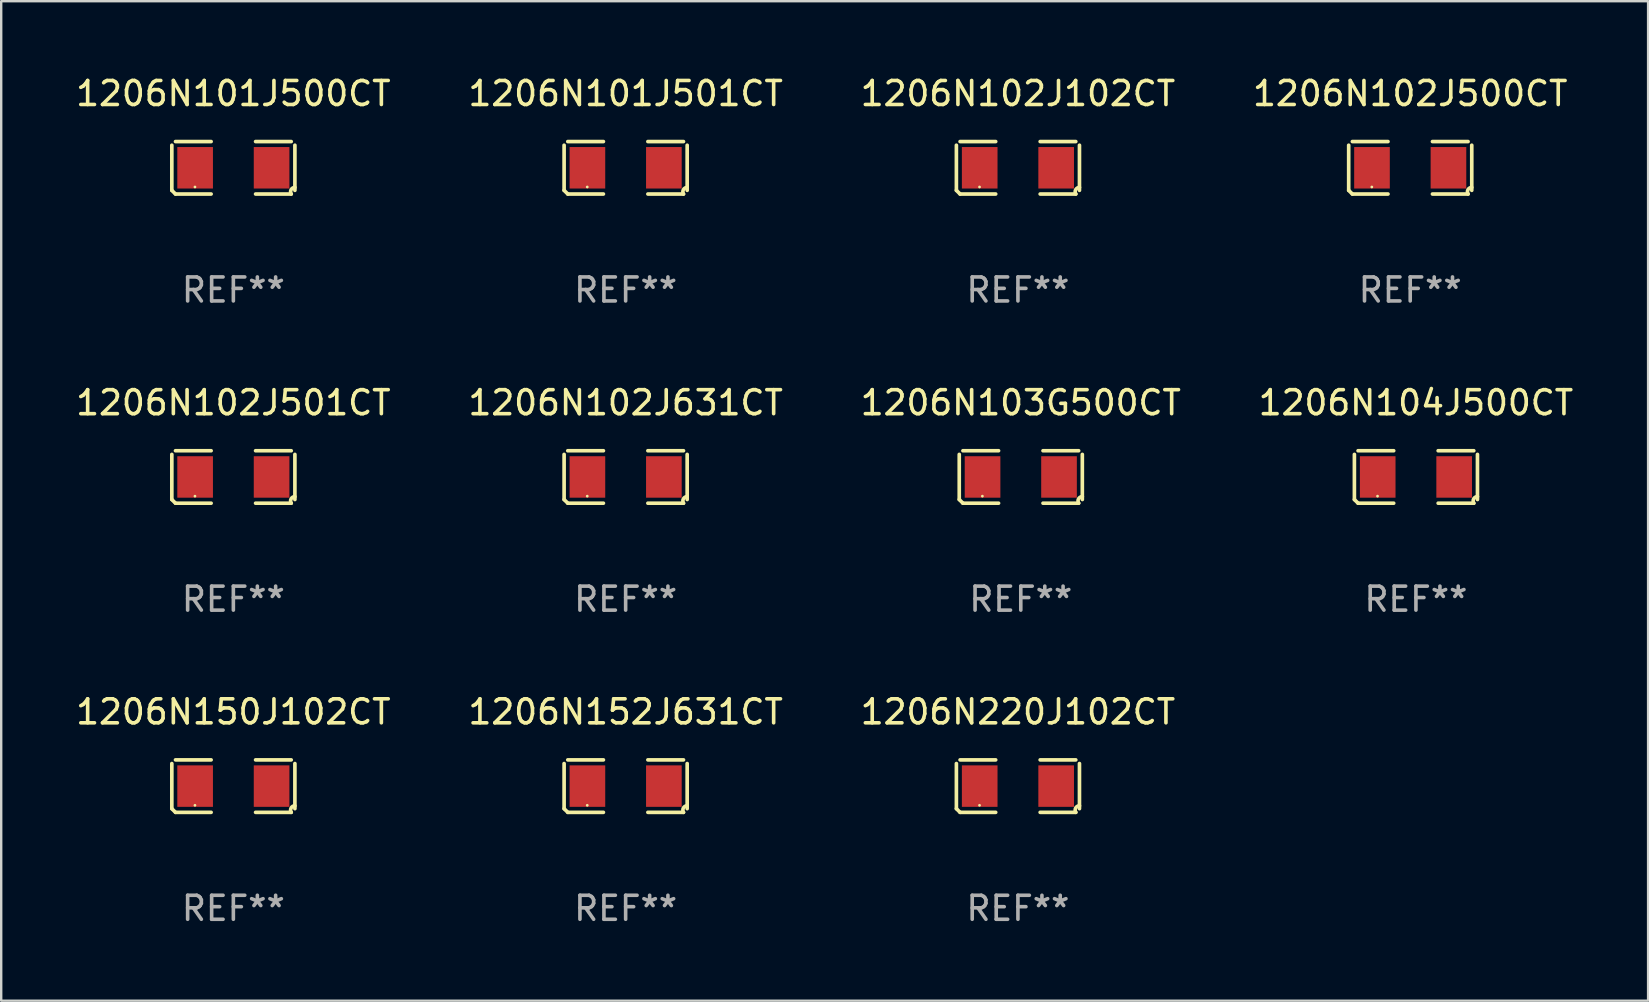
<source format=kicad_pcb>
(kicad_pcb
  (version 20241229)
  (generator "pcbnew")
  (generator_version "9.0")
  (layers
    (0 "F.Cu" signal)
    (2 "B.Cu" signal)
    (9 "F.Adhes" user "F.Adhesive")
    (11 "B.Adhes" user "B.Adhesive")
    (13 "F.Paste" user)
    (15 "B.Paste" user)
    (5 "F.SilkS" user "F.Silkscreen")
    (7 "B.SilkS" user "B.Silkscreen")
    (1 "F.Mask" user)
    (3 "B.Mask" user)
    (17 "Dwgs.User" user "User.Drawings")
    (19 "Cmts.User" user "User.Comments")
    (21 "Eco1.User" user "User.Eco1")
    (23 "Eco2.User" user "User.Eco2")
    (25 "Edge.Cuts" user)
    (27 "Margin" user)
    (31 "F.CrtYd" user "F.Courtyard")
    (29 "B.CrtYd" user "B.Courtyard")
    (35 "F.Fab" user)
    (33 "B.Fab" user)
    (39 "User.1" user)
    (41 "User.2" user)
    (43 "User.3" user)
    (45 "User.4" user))
  (footprint "1206N102J500CT"
    (layer "F.Cu")
    (at 55.708 3.941)
    (property "Reference" "1206N102J500CT" (at 0 -3.093 0) (layer "F.SilkS") (effects (font (size 1 1) (thickness 0.15))))
    (attr through_hole)
    (fp_line (start -2.564 0.94) (end -2.564 -0.94) (stroke (width 0.152) (type solid)) (layer "F.SilkS"))
    (fp_line (start -2.411 -1.093) (end -0.926 -1.093) (stroke (width 0.152) (type solid)) (layer "F.SilkS"))
    (fp_line (start -0.926 1.093) (end -2.411 1.093) (stroke (width 0.152) (type solid)) (layer "F.SilkS"))
    (fp_line (start 0.926 1.093) (end 2.411 1.093) (stroke (width 0.152) (type solid)) (layer "F.SilkS"))
    (fp_line (start 2.411 -1.093) (end 0.926 -1.093) (stroke (width 0.152) (type solid)) (layer "F.SilkS"))
    (fp_line (start 2.564 0.94) (end 2.564 -0.94) (stroke (width 0.152) (type solid)) (layer "F.SilkS"))
    (fp_arc (start -2.411201 1.092609) (mid -2.487413 1.01642) (end -2.563602 0.940208) (stroke (width 0.1524) (type solid)) (layer "F.SilkS"))
    (fp_arc (start 2.411201 1.092609) (mid 2.407159 0.911226) (end 2.563602 0.819347) (stroke (width 0.1524) (type solid)) (layer "F.SilkS"))
    (fp_circle (center -1.6 0.8) (end -1.57 0.8) (stroke (width 0.06) (type solid)) (fill no) (layer "F.SilkS"))
    (fp_text user "REF**" (at 0 5.093 0) (layer "F.Fab") (effects (font (size 1 1) (thickness 0.15))))
    (pad "1" smd rect (at -1.593 0) (size 1.485 1.728) (layers "F.Cu" "F.Mask" "F.Paste"))
    (pad "2" smd rect (at 1.593 0) (size 1.485 1.728) (layers "F.Cu" "F.Mask" "F.Paste")))
  (footprint "1206N101J501CT"
    (layer "F.Cu")
    (at 23.018 3.941)
    (property "Reference" "1206N101J501CT" (at 0 -3.093 0) (layer "F.SilkS") (effects (font (size 1 1) (thickness 0.15))))
    (attr through_hole)
    (fp_line (start -2.564 0.94) (end -2.564 -0.94) (stroke (width 0.152) (type solid)) (layer "F.SilkS"))
    (fp_line (start -2.411 -1.093) (end -0.926 -1.093) (stroke (width 0.152) (type solid)) (layer "F.SilkS"))
    (fp_line (start -0.926 1.093) (end -2.411 1.093) (stroke (width 0.152) (type solid)) (layer "F.SilkS"))
    (fp_line (start 0.926 1.093) (end 2.411 1.093) (stroke (width 0.152) (type solid)) (layer "F.SilkS"))
    (fp_line (start 2.411 -1.093) (end 0.926 -1.093) (stroke (width 0.152) (type solid)) (layer "F.SilkS"))
    (fp_line (start 2.564 0.94) (end 2.564 -0.94) (stroke (width 0.152) (type solid)) (layer "F.SilkS"))
    (fp_arc (start -2.411201 1.092609) (mid -2.487413 1.01642) (end -2.563602 0.940208) (stroke (width 0.1524) (type solid)) (layer "F.SilkS"))
    (fp_arc (start 2.411201 1.092609) (mid 2.407159 0.911226) (end 2.563602 0.819347) (stroke (width 0.1524) (type solid)) (layer "F.SilkS"))
    (fp_circle (center -1.6 0.8) (end -1.57 0.8) (stroke (width 0.06) (type solid)) (fill no) (layer "F.SilkS"))
    (fp_text user "REF**" (at 0 5.093 0) (layer "F.Fab") (effects (font (size 1 1) (thickness 0.15))))
    (pad "1" smd rect (at -1.593 0) (size 1.485 1.728) (layers "F.Cu" "F.Mask" "F.Paste"))
    (pad "2" smd rect (at 1.593 0) (size 1.485 1.728) (layers "F.Cu" "F.Mask" "F.Paste")))
  (footprint "1206N220J102CT"
    (layer "F.Cu")
    (at 39.363 29.704)
    (property "Reference" "1206N220J102CT" (at 0 -3.093 0) (layer "F.SilkS") (effects (font (size 1 1) (thickness 0.15))))
    (attr through_hole)
    (fp_line (start -2.564 0.94) (end -2.564 -0.94) (stroke (width 0.152) (type solid)) (layer "F.SilkS"))
    (fp_line (start -2.411 -1.093) (end -0.926 -1.093) (stroke (width 0.152) (type solid)) (layer "F.SilkS"))
    (fp_line (start -0.926 1.093) (end -2.411 1.093) (stroke (width 0.152) (type solid)) (layer "F.SilkS"))
    (fp_line (start 0.926 1.093) (end 2.411 1.093) (stroke (width 0.152) (type solid)) (layer "F.SilkS"))
    (fp_line (start 2.411 -1.093) (end 0.926 -1.093) (stroke (width 0.152) (type solid)) (layer "F.SilkS"))
    (fp_line (start 2.564 0.94) (end 2.564 -0.94) (stroke (width 0.152) (type solid)) (layer "F.SilkS"))
    (fp_arc (start -2.411201 1.092609) (mid -2.487413 1.01642) (end -2.563602 0.940208) (stroke (width 0.1524) (type solid)) (layer "F.SilkS"))
    (fp_arc (start 2.411201 1.092609) (mid 2.407159 0.911226) (end 2.563602 0.819347) (stroke (width 0.1524) (type solid)) (layer "F.SilkS"))
    (fp_circle (center -1.6 0.8) (end -1.57 0.8) (stroke (width 0.06) (type solid)) (fill no) (layer "F.SilkS"))
    (fp_text user "REF**" (at 0 5.093 0) (layer "F.Fab") (effects (font (size 1 1) (thickness 0.15))))
    (pad "1" smd rect (at -1.593 0) (size 1.485 1.728) (layers "F.Cu" "F.Mask" "F.Paste"))
    (pad "2" smd rect (at 1.593 0) (size 1.485 1.728) (layers "F.Cu" "F.Mask" "F.Paste")))
  (footprint "1206N102J631CT"
    (layer "F.Cu")
    (at 23.018 16.823)
    (property "Reference" "1206N102J631CT" (at 0 -3.093 0) (layer "F.SilkS") (effects (font (size 1 1) (thickness 0.15))))
    (attr through_hole)
    (fp_line (start -2.564 0.94) (end -2.564 -0.94) (stroke (width 0.152) (type solid)) (layer "F.SilkS"))
    (fp_line (start -2.411 -1.093) (end -0.926 -1.093) (stroke (width 0.152) (type solid)) (layer "F.SilkS"))
    (fp_line (start -0.926 1.093) (end -2.411 1.093) (stroke (width 0.152) (type solid)) (layer "F.SilkS"))
    (fp_line (start 0.926 1.093) (end 2.411 1.093) (stroke (width 0.152) (type solid)) (layer "F.SilkS"))
    (fp_line (start 2.411 -1.093) (end 0.926 -1.093) (stroke (width 0.152) (type solid)) (layer "F.SilkS"))
    (fp_line (start 2.564 0.94) (end 2.564 -0.94) (stroke (width 0.152) (type solid)) (layer "F.SilkS"))
    (fp_arc (start -2.411201 1.092609) (mid -2.487413 1.01642) (end -2.563602 0.940208) (stroke (width 0.1524) (type solid)) (layer "F.SilkS"))
    (fp_arc (start 2.411201 1.092609) (mid 2.407159 0.911226) (end 2.563602 0.819347) (stroke (width 0.1524) (type solid)) (layer "F.SilkS"))
    (fp_circle (center -1.6 0.8) (end -1.57 0.8) (stroke (width 0.06) (type solid)) (fill no) (layer "F.SilkS"))
    (fp_text user "REF**" (at 0 5.093 0) (layer "F.Fab") (effects (font (size 1 1) (thickness 0.15))))
    (pad "1" smd rect (at -1.593 0) (size 1.485 1.728) (layers "F.Cu" "F.Mask" "F.Paste"))
    (pad "2" smd rect (at 1.593 0) (size 1.485 1.728) (layers "F.Cu" "F.Mask" "F.Paste")))
  (footprint "1206N150J102CT"
    (layer "F.Cu")
    (at 6.673 29.704)
    (property "Reference" "1206N150J102CT" (at 0 -3.093 0) (layer "F.SilkS") (effects (font (size 1 1) (thickness 0.15))))
    (attr through_hole)
    (fp_line (start -2.564 0.94) (end -2.564 -0.94) (stroke (width 0.152) (type solid)) (layer "F.SilkS"))
    (fp_line (start -2.411 -1.093) (end -0.926 -1.093) (stroke (width 0.152) (type solid)) (layer "F.SilkS"))
    (fp_line (start -0.926 1.093) (end -2.411 1.093) (stroke (width 0.152) (type solid)) (layer "F.SilkS"))
    (fp_line (start 0.926 1.093) (end 2.411 1.093) (stroke (width 0.152) (type solid)) (layer "F.SilkS"))
    (fp_line (start 2.411 -1.093) (end 0.926 -1.093) (stroke (width 0.152) (type solid)) (layer "F.SilkS"))
    (fp_line (start 2.564 0.94) (end 2.564 -0.94) (stroke (width 0.152) (type solid)) (layer "F.SilkS"))
    (fp_arc (start -2.411201 1.092609) (mid -2.487413 1.01642) (end -2.563602 0.940208) (stroke (width 0.1524) (type solid)) (layer "F.SilkS"))
    (fp_arc (start 2.411201 1.092609) (mid 2.407159 0.911226) (end 2.563602 0.819347) (stroke (width 0.1524) (type solid)) (layer "F.SilkS"))
    (fp_circle (center -1.6 0.8) (end -1.57 0.8) (stroke (width 0.06) (type solid)) (fill no) (layer "F.SilkS"))
    (fp_text user "REF**" (at 0 5.093 0) (layer "F.Fab") (effects (font (size 1 1) (thickness 0.15))))
    (pad "1" smd rect (at -1.593 0) (size 1.485 1.728) (layers "F.Cu" "F.Mask" "F.Paste"))
    (pad "2" smd rect (at 1.593 0) (size 1.485 1.728) (layers "F.Cu" "F.Mask" "F.Paste")))
  (footprint "1206N102J501CT"
    (layer "F.Cu")
    (at 6.673 16.823)
    (property "Reference" "1206N102J501CT" (at 0 -3.093 0) (layer "F.SilkS") (effects (font (size 1 1) (thickness 0.15))))
    (attr through_hole)
    (fp_line (start -2.564 0.94) (end -2.564 -0.94) (stroke (width 0.152) (type solid)) (layer "F.SilkS"))
    (fp_line (start -2.411 -1.093) (end -0.926 -1.093) (stroke (width 0.152) (type solid)) (layer "F.SilkS"))
    (fp_line (start -0.926 1.093) (end -2.411 1.093) (stroke (width 0.152) (type solid)) (layer "F.SilkS"))
    (fp_line (start 0.926 1.093) (end 2.411 1.093) (stroke (width 0.152) (type solid)) (layer "F.SilkS"))
    (fp_line (start 2.411 -1.093) (end 0.926 -1.093) (stroke (width 0.152) (type solid)) (layer "F.SilkS"))
    (fp_line (start 2.564 0.94) (end 2.564 -0.94) (stroke (width 0.152) (type solid)) (layer "F.SilkS"))
    (fp_arc (start -2.411201 1.092609) (mid -2.487413 1.01642) (end -2.563602 0.940208) (stroke (width 0.1524) (type solid)) (layer "F.SilkS"))
    (fp_arc (start 2.411201 1.092609) (mid 2.407159 0.911226) (end 2.563602 0.819347) (stroke (width 0.1524) (type solid)) (layer "F.SilkS"))
    (fp_circle (center -1.6 0.8) (end -1.57 0.8) (stroke (width 0.06) (type solid)) (fill no) (layer "F.SilkS"))
    (fp_text user "REF**" (at 0 5.093 0) (layer "F.Fab") (effects (font (size 1 1) (thickness 0.15))))
    (pad "1" smd rect (at -1.593 0) (size 1.485 1.728) (layers "F.Cu" "F.Mask" "F.Paste"))
    (pad "2" smd rect (at 1.593 0) (size 1.485 1.728) (layers "F.Cu" "F.Mask" "F.Paste")))
  (footprint "1206N101J500CT"
    (layer "F.Cu")
    (at 6.673 3.941)
    (property "Reference" "1206N101J500CT" (at 0 -3.093 0) (layer "F.SilkS") (effects (font (size 1 1) (thickness 0.15))))
    (attr through_hole)
    (fp_line (start -2.564 0.94) (end -2.564 -0.94) (stroke (width 0.152) (type solid)) (layer "F.SilkS"))
    (fp_line (start -2.411 -1.093) (end -0.926 -1.093) (stroke (width 0.152) (type solid)) (layer "F.SilkS"))
    (fp_line (start -0.926 1.093) (end -2.411 1.093) (stroke (width 0.152) (type solid)) (layer "F.SilkS"))
    (fp_line (start 0.926 1.093) (end 2.411 1.093) (stroke (width 0.152) (type solid)) (layer "F.SilkS"))
    (fp_line (start 2.411 -1.093) (end 0.926 -1.093) (stroke (width 0.152) (type solid)) (layer "F.SilkS"))
    (fp_line (start 2.564 0.94) (end 2.564 -0.94) (stroke (width 0.152) (type solid)) (layer "F.SilkS"))
    (fp_arc (start -2.411201 1.092609) (mid -2.487413 1.01642) (end -2.563602 0.940208) (stroke (width 0.1524) (type solid)) (layer "F.SilkS"))
    (fp_arc (start 2.411201 1.092609) (mid 2.407159 0.911226) (end 2.563602 0.819347) (stroke (width 0.1524) (type solid)) (layer "F.SilkS"))
    (fp_circle (center -1.6 0.8) (end -1.57 0.8) (stroke (width 0.06) (type solid)) (fill no) (layer "F.SilkS"))
    (fp_text user "REF**" (at 0 5.093 0) (layer "F.Fab") (effects (font (size 1 1) (thickness 0.15))))
    (pad "1" smd rect (at -1.593 0) (size 1.485 1.728) (layers "F.Cu" "F.Mask" "F.Paste"))
    (pad "2" smd rect (at 1.593 0) (size 1.485 1.728) (layers "F.Cu" "F.Mask" "F.Paste")))
  (footprint "1206N103G500CT"
    (layer "F.Cu")
    (at 39.482 16.823)
    (property "Reference" "1206N103G500CT" (at 0 -3.093 0) (layer "F.SilkS") (effects (font (size 1 1) (thickness 0.15))))
    (attr through_hole)
    (fp_line (start -2.564 0.94) (end -2.564 -0.94) (stroke (width 0.152) (type solid)) (layer "F.SilkS"))
    (fp_line (start -2.411 -1.093) (end -0.926 -1.093) (stroke (width 0.152) (type solid)) (layer "F.SilkS"))
    (fp_line (start -0.926 1.093) (end -2.411 1.093) (stroke (width 0.152) (type solid)) (layer "F.SilkS"))
    (fp_line (start 0.926 1.093) (end 2.411 1.093) (stroke (width 0.152) (type solid)) (layer "F.SilkS"))
    (fp_line (start 2.411 -1.093) (end 0.926 -1.093) (stroke (width 0.152) (type solid)) (layer "F.SilkS"))
    (fp_line (start 2.564 0.94) (end 2.564 -0.94) (stroke (width 0.152) (type solid)) (layer "F.SilkS"))
    (fp_arc (start -2.411201 1.092609) (mid -2.487413 1.01642) (end -2.563602 0.940208) (stroke (width 0.1524) (type solid)) (layer "F.SilkS"))
    (fp_arc (start 2.411201 1.092609) (mid 2.407159 0.911226) (end 2.563602 0.819347) (stroke (width 0.1524) (type solid)) (layer "F.SilkS"))
    (fp_circle (center -1.6 0.8) (end -1.57 0.8) (stroke (width 0.06) (type solid)) (fill no) (layer "F.SilkS"))
    (fp_text user "REF**" (at 0 5.093 0) (layer "F.Fab") (effects (font (size 1 1) (thickness 0.15))))
    (pad "1" smd rect (at -1.593 0) (size 1.485 1.728) (layers "F.Cu" "F.Mask" "F.Paste"))
    (pad "2" smd rect (at 1.593 0) (size 1.485 1.728) (layers "F.Cu" "F.Mask" "F.Paste")))
  (footprint "1206N152J631CT"
    (layer "F.Cu")
    (at 23.018 29.704)
    (property "Reference" "1206N152J631CT" (at 0 -3.093 0) (layer "F.SilkS") (effects (font (size 1 1) (thickness 0.15))))
    (attr through_hole)
    (fp_line (start -2.564 0.94) (end -2.564 -0.94) (stroke (width 0.152) (type solid)) (layer "F.SilkS"))
    (fp_line (start -2.411 -1.093) (end -0.926 -1.093) (stroke (width 0.152) (type solid)) (layer "F.SilkS"))
    (fp_line (start -0.926 1.093) (end -2.411 1.093) (stroke (width 0.152) (type solid)) (layer "F.SilkS"))
    (fp_line (start 0.926 1.093) (end 2.411 1.093) (stroke (width 0.152) (type solid)) (layer "F.SilkS"))
    (fp_line (start 2.411 -1.093) (end 0.926 -1.093) (stroke (width 0.152) (type solid)) (layer "F.SilkS"))
    (fp_line (start 2.564 0.94) (end 2.564 -0.94) (stroke (width 0.152) (type solid)) (layer "F.SilkS"))
    (fp_arc (start -2.411201 1.092609) (mid -2.487413 1.01642) (end -2.563602 0.940208) (stroke (width 0.1524) (type solid)) (layer "F.SilkS"))
    (fp_arc (start 2.411201 1.092609) (mid 2.407159 0.911226) (end 2.563602 0.819347) (stroke (width 0.1524) (type solid)) (layer "F.SilkS"))
    (fp_circle (center -1.6 0.8) (end -1.57 0.8) (stroke (width 0.06) (type solid)) (fill no) (layer "F.SilkS"))
    (fp_text user "REF**" (at 0 5.093 0) (layer "F.Fab") (effects (font (size 1 1) (thickness 0.15))))
    (pad "1" smd rect (at -1.593 0) (size 1.485 1.728) (layers "F.Cu" "F.Mask" "F.Paste"))
    (pad "2" smd rect (at 1.593 0) (size 1.485 1.728) (layers "F.Cu" "F.Mask" "F.Paste")))
  (footprint "1206N102J102CT"
    (layer "F.Cu")
    (at 39.363 3.941)
    (property "Reference" "1206N102J102CT" (at 0 -3.093 0) (layer "F.SilkS") (effects (font (size 1 1) (thickness 0.15))))
    (attr through_hole)
    (fp_line (start -2.564 0.94) (end -2.564 -0.94) (stroke (width 0.152) (type solid)) (layer "F.SilkS"))
    (fp_line (start -2.411 -1.093) (end -0.926 -1.093) (stroke (width 0.152) (type solid)) (layer "F.SilkS"))
    (fp_line (start -0.926 1.093) (end -2.411 1.093) (stroke (width 0.152) (type solid)) (layer "F.SilkS"))
    (fp_line (start 0.926 1.093) (end 2.411 1.093) (stroke (width 0.152) (type solid)) (layer "F.SilkS"))
    (fp_line (start 2.411 -1.093) (end 0.926 -1.093) (stroke (width 0.152) (type solid)) (layer "F.SilkS"))
    (fp_line (start 2.564 0.94) (end 2.564 -0.94) (stroke (width 0.152) (type solid)) (layer "F.SilkS"))
    (fp_arc (start -2.411201 1.092609) (mid -2.487413 1.01642) (end -2.563602 0.940208) (stroke (width 0.1524) (type solid)) (layer "F.SilkS"))
    (fp_arc (start 2.411201 1.092609) (mid 2.407159 0.911226) (end 2.563602 0.819347) (stroke (width 0.1524) (type solid)) (layer "F.SilkS"))
    (fp_circle (center -1.6 0.8) (end -1.57 0.8) (stroke (width 0.06) (type solid)) (fill no) (layer "F.SilkS"))
    (fp_text user "REF**" (at 0 5.093 0) (layer "F.Fab") (effects (font (size 1 1) (thickness 0.15))))
    (pad "1" smd rect (at -1.593 0) (size 1.485 1.728) (layers "F.Cu" "F.Mask" "F.Paste"))
    (pad "2" smd rect (at 1.593 0) (size 1.485 1.728) (layers "F.Cu" "F.Mask" "F.Paste")))
  (footprint "1206N104J500CT"
    (layer "F.Cu")
    (at 55.946 16.823)
    (property "Reference" "1206N104J500CT" (at 0 -3.093 0) (layer "F.SilkS") (effects (font (size 1 1) (thickness 0.15))))
    (attr through_hole)
    (fp_line (start -2.564 0.94) (end -2.564 -0.94) (stroke (width 0.152) (type solid)) (layer "F.SilkS"))
    (fp_line (start -2.411 -1.093) (end -0.926 -1.093) (stroke (width 0.152) (type solid)) (layer "F.SilkS"))
    (fp_line (start -0.926 1.093) (end -2.411 1.093) (stroke (width 0.152) (type solid)) (layer "F.SilkS"))
    (fp_line (start 0.926 1.093) (end 2.411 1.093) (stroke (width 0.152) (type solid)) (layer "F.SilkS"))
    (fp_line (start 2.411 -1.093) (end 0.926 -1.093) (stroke (width 0.152) (type solid)) (layer "F.SilkS"))
    (fp_line (start 2.564 0.94) (end 2.564 -0.94) (stroke (width 0.152) (type solid)) (layer "F.SilkS"))
    (fp_arc (start -2.411201 1.092609) (mid -2.487413 1.01642) (end -2.563602 0.940208) (stroke (width 0.1524) (type solid)) (layer "F.SilkS"))
    (fp_arc (start 2.411201 1.092609) (mid 2.407159 0.911226) (end 2.563602 0.819347) (stroke (width 0.1524) (type solid)) (layer "F.SilkS"))
    (fp_circle (center -1.6 0.8) (end -1.57 0.8) (stroke (width 0.06) (type solid)) (fill no) (layer "F.SilkS"))
    (fp_text user "REF**" (at 0 5.093 0) (layer "F.Fab") (effects (font (size 1 1) (thickness 0.15))))
    (pad "1" smd rect (at -1.593 0) (size 1.485 1.728) (layers "F.Cu" "F.Mask" "F.Paste"))
    (pad "2" smd rect (at 1.593 0) (size 1.485 1.728) (layers "F.Cu" "F.Mask" "F.Paste")))
  (gr_rect
    (start -3 -3)
    (end 65.619 38.645)
    (stroke (width 0.1) (type default))
    (fill no)
    (layer "Edge.Cuts")))
</source>
